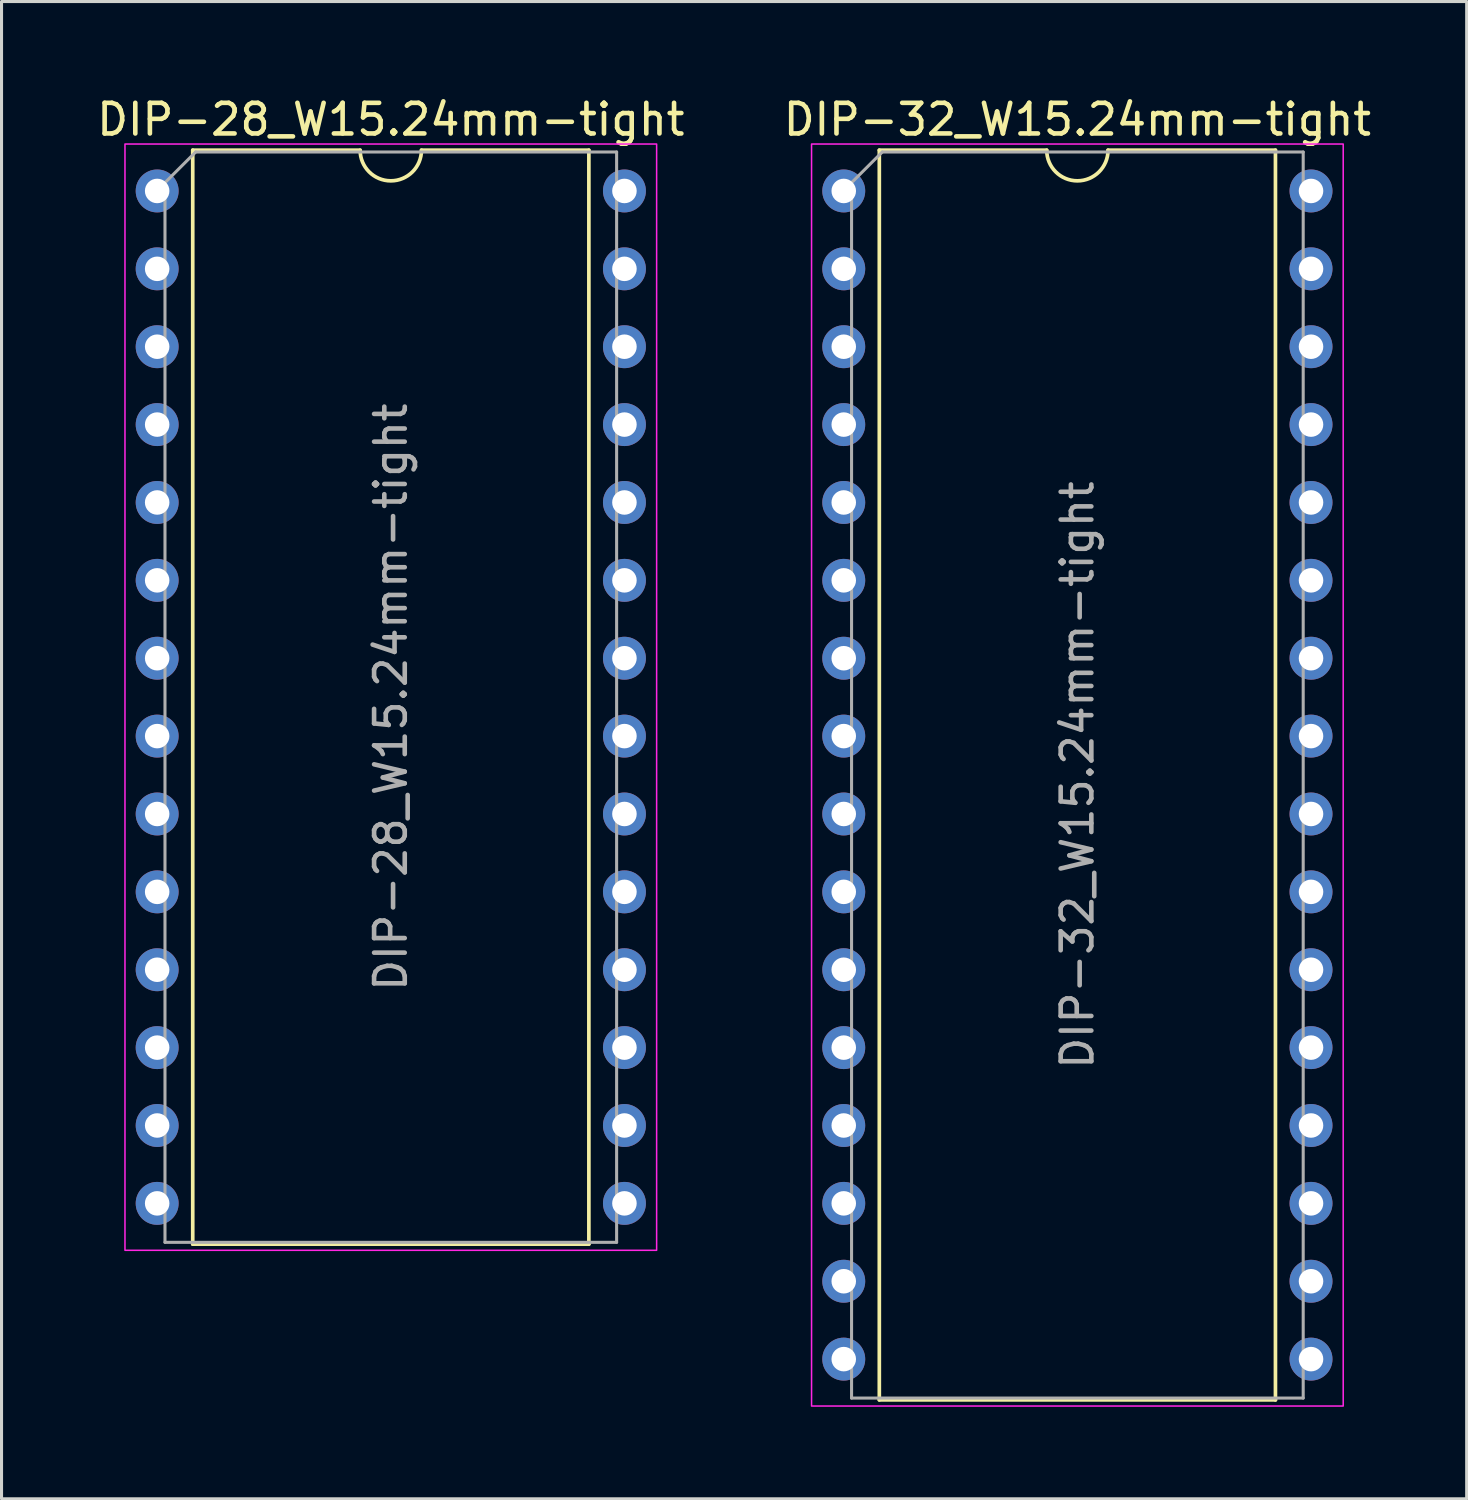
<source format=kicad_pcb>
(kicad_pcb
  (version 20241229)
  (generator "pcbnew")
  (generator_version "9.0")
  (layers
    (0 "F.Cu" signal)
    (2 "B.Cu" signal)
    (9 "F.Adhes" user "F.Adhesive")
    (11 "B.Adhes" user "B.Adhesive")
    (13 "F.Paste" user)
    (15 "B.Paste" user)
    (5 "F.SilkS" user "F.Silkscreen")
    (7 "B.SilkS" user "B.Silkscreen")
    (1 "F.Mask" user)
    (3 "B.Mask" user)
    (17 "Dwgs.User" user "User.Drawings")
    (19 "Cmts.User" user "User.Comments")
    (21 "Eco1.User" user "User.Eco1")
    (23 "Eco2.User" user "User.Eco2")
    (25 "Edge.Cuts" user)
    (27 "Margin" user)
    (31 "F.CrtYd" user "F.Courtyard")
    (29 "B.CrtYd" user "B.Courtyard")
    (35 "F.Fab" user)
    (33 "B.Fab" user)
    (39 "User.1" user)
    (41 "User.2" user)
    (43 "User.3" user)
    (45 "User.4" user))
  (footprint "DIP-32_W15.24mm-tight"
    (layer "F.Cu")
    (at 24.469 3.178)
    (property "Reference" "DIP-32_W15.24mm-tight" (at 7.62 -2.33 0) (layer "F.SilkS") (effects (font (size 1 1) (thickness 0.15))))
    (attr through_hole)
    (fp_line (start 1.16 -1.33) (end 1.16 39.43) (stroke (width 0.12) (type solid)) (layer "F.SilkS"))
    (fp_line (start 1.16 39.43) (end 14.08 39.43) (stroke (width 0.12) (type solid)) (layer "F.SilkS"))
    (fp_line (start 6.62 -1.33) (end 1.16 -1.33) (stroke (width 0.12) (type solid)) (layer "F.SilkS"))
    (fp_line (start 14.08 -1.33) (end 8.62 -1.33) (stroke (width 0.12) (type solid)) (layer "F.SilkS"))
    (fp_line (start 14.08 39.43) (end 14.08 -1.33) (stroke (width 0.12) (type solid)) (layer "F.SilkS"))
    (fp_arc (start 8.62 -1.33) (mid 7.62 -0.33) (end 6.62 -1.33) (stroke (width 0.12) (type solid)) (layer "F.SilkS"))
    (fp_rect (start -1.05 -1.53) (end 16.29 39.63) (stroke (width 0.05) (type solid)) (fill no) (layer "F.CrtYd"))
    (fp_line (start 0.255 -0.27) (end 1.255 -1.27) (stroke (width 0.1) (type solid)) (layer "F.Fab"))
    (fp_line (start 0.255 39.37) (end 0.255 -0.27) (stroke (width 0.1) (type solid)) (layer "F.Fab"))
    (fp_line (start 1.255 -1.27) (end 14.985 -1.27) (stroke (width 0.1) (type solid)) (layer "F.Fab"))
    (fp_line (start 14.985 -1.27) (end 14.985 39.37) (stroke (width 0.1) (type solid)) (layer "F.Fab"))
    (fp_line (start 14.985 39.37) (end 0.255 39.37) (stroke (width 0.1) (type solid)) (layer "F.Fab"))
    (fp_text user "${REFERENCE}" (at 7.62 19.05 90) (layer "F.Fab") (effects (font (size 1 1) (thickness 0.15))))
    (pad "1" thru_hole circle (at 0 0) (size 1.4 1.4) (drill 0.8) (layers "*.Cu" "*.Mask"))
    (pad "2" thru_hole circle (at 0 2.54) (size 1.4 1.4) (drill 0.8) (layers "*.Cu" "*.Mask"))
    (pad "3" thru_hole circle (at 0 5.08) (size 1.4 1.4) (drill 0.8) (layers "*.Cu" "*.Mask"))
    (pad "4" thru_hole circle (at 0 7.62) (size 1.4 1.4) (drill 0.8) (layers "*.Cu" "*.Mask"))
    (pad "5" thru_hole circle (at 0 10.16) (size 1.4 1.4) (drill 0.8) (layers "*.Cu" "*.Mask"))
    (pad "6" thru_hole circle (at 0 12.7) (size 1.4 1.4) (drill 0.8) (layers "*.Cu" "*.Mask"))
    (pad "7" thru_hole circle (at 0 15.24) (size 1.4 1.4) (drill 0.8) (layers "*.Cu" "*.Mask"))
    (pad "8" thru_hole circle (at 0 17.78) (size 1.4 1.4) (drill 0.8) (layers "*.Cu" "*.Mask"))
    (pad "9" thru_hole circle (at 0 20.32) (size 1.4 1.4) (drill 0.8) (layers "*.Cu" "*.Mask"))
    (pad "10" thru_hole circle (at 0 22.86) (size 1.4 1.4) (drill 0.8) (layers "*.Cu" "*.Mask"))
    (pad "11" thru_hole circle (at 0 25.4) (size 1.4 1.4) (drill 0.8) (layers "*.Cu" "*.Mask"))
    (pad "12" thru_hole circle (at 0 27.94) (size 1.4 1.4) (drill 0.8) (layers "*.Cu" "*.Mask"))
    (pad "13" thru_hole circle (at 0 30.48) (size 1.4 1.4) (drill 0.8) (layers "*.Cu" "*.Mask"))
    (pad "14" thru_hole circle (at 0 33.02) (size 1.4 1.4) (drill 0.8) (layers "*.Cu" "*.Mask"))
    (pad "15" thru_hole circle (at 0 35.56) (size 1.4 1.4) (drill 0.8) (layers "*.Cu" "*.Mask"))
    (pad "16" thru_hole circle (at 0 38.1) (size 1.4 1.4) (drill 0.8) (layers "*.Cu" "*.Mask"))
    (pad "17" thru_hole circle (at 15.24 38.1) (size 1.4 1.4) (drill 0.8) (layers "*.Cu" "*.Mask"))
    (pad "18" thru_hole circle (at 15.24 35.56) (size 1.4 1.4) (drill 0.8) (layers "*.Cu" "*.Mask"))
    (pad "19" thru_hole circle (at 15.24 33.02) (size 1.4 1.4) (drill 0.8) (layers "*.Cu" "*.Mask"))
    (pad "20" thru_hole circle (at 15.24 30.48) (size 1.4 1.4) (drill 0.8) (layers "*.Cu" "*.Mask"))
    (pad "21" thru_hole circle (at 15.24 27.94) (size 1.4 1.4) (drill 0.8) (layers "*.Cu" "*.Mask"))
    (pad "22" thru_hole circle (at 15.24 25.4) (size 1.4 1.4) (drill 0.8) (layers "*.Cu" "*.Mask"))
    (pad "23" thru_hole circle (at 15.24 22.86) (size 1.4 1.4) (drill 0.8) (layers "*.Cu" "*.Mask"))
    (pad "24" thru_hole circle (at 15.24 20.32) (size 1.4 1.4) (drill 0.8) (layers "*.Cu" "*.Mask"))
    (pad "25" thru_hole circle (at 15.24 17.78) (size 1.4 1.4) (drill 0.8) (layers "*.Cu" "*.Mask"))
    (pad "26" thru_hole circle (at 15.24 15.24) (size 1.4 1.4) (drill 0.8) (layers "*.Cu" "*.Mask"))
    (pad "27" thru_hole circle (at 15.24 12.7) (size 1.4 1.4) (drill 0.8) (layers "*.Cu" "*.Mask"))
    (pad "28" thru_hole circle (at 15.24 10.16) (size 1.4 1.4) (drill 0.8) (layers "*.Cu" "*.Mask"))
    (pad "29" thru_hole circle (at 15.24 7.62) (size 1.4 1.4) (drill 0.8) (layers "*.Cu" "*.Mask"))
    (pad "30" thru_hole circle (at 15.24 5.08) (size 1.4 1.4) (drill 0.8) (layers "*.Cu" "*.Mask"))
    (pad "31" thru_hole circle (at 15.24 2.54) (size 1.4 1.4) (drill 0.8) (layers "*.Cu" "*.Mask"))
    (pad "32" thru_hole circle (at 15.24 0) (size 1.4 1.4) (drill 0.8) (layers "*.Cu" "*.Mask")))
  (footprint "DIP-28_W15.24mm-tight"
    (layer "F.Cu")
    (at 2.076 3.178)
    (property "Reference" "DIP-28_W15.24mm-tight" (at 7.62 -2.33 0) (layer "F.SilkS") (effects (font (size 1 1) (thickness 0.15))))
    (attr through_hole)
    (fp_line (start 1.16 -1.33) (end 1.16 34.35) (stroke (width 0.12) (type solid)) (layer "F.SilkS"))
    (fp_line (start 1.16 34.35) (end 14.08 34.35) (stroke (width 0.12) (type solid)) (layer "F.SilkS"))
    (fp_line (start 6.62 -1.33) (end 1.16 -1.33) (stroke (width 0.12) (type solid)) (layer "F.SilkS"))
    (fp_line (start 14.08 -1.33) (end 8.62 -1.33) (stroke (width 0.12) (type solid)) (layer "F.SilkS"))
    (fp_line (start 14.08 34.35) (end 14.08 -1.33) (stroke (width 0.12) (type solid)) (layer "F.SilkS"))
    (fp_arc (start 8.62 -1.33) (mid 7.62 -0.33) (end 6.62 -1.33) (stroke (width 0.12) (type solid)) (layer "F.SilkS"))
    (fp_rect (start -1.05 -1.53) (end 16.29 34.55) (stroke (width 0.05) (type solid)) (fill no) (layer "F.CrtYd"))
    (fp_line (start 0.255 -0.27) (end 1.255 -1.27) (stroke (width 0.1) (type solid)) (layer "F.Fab"))
    (fp_line (start 0.255 34.29) (end 0.255 -0.27) (stroke (width 0.1) (type solid)) (layer "F.Fab"))
    (fp_line (start 1.255 -1.27) (end 14.985 -1.27) (stroke (width 0.1) (type solid)) (layer "F.Fab"))
    (fp_line (start 14.985 -1.27) (end 14.985 34.29) (stroke (width 0.1) (type solid)) (layer "F.Fab"))
    (fp_line (start 14.985 34.29) (end 0.255 34.29) (stroke (width 0.1) (type solid)) (layer "F.Fab"))
    (fp_text user "${REFERENCE}" (at 7.62 16.51 90) (layer "F.Fab") (effects (font (size 1 1) (thickness 0.15))))
    (pad "1" thru_hole circle (at 0 0) (size 1.4 1.4) (drill 0.8) (layers "*.Cu" "*.Mask"))
    (pad "2" thru_hole circle (at 0 2.54) (size 1.4 1.4) (drill 0.8) (layers "*.Cu" "*.Mask"))
    (pad "3" thru_hole circle (at 0 5.08) (size 1.4 1.4) (drill 0.8) (layers "*.Cu" "*.Mask"))
    (pad "4" thru_hole circle (at 0 7.62) (size 1.4 1.4) (drill 0.8) (layers "*.Cu" "*.Mask"))
    (pad "5" thru_hole circle (at 0 10.16) (size 1.4 1.4) (drill 0.8) (layers "*.Cu" "*.Mask"))
    (pad "6" thru_hole circle (at 0 12.7) (size 1.4 1.4) (drill 0.8) (layers "*.Cu" "*.Mask"))
    (pad "7" thru_hole circle (at 0 15.24) (size 1.4 1.4) (drill 0.8) (layers "*.Cu" "*.Mask"))
    (pad "8" thru_hole circle (at 0 17.78) (size 1.4 1.4) (drill 0.8) (layers "*.Cu" "*.Mask"))
    (pad "9" thru_hole circle (at 0 20.32) (size 1.4 1.4) (drill 0.8) (layers "*.Cu" "*.Mask"))
    (pad "10" thru_hole circle (at 0 22.86) (size 1.4 1.4) (drill 0.8) (layers "*.Cu" "*.Mask"))
    (pad "11" thru_hole circle (at 0 25.4) (size 1.4 1.4) (drill 0.8) (layers "*.Cu" "*.Mask"))
    (pad "12" thru_hole circle (at 0 27.94) (size 1.4 1.4) (drill 0.8) (layers "*.Cu" "*.Mask"))
    (pad "13" thru_hole circle (at 0 30.48) (size 1.4 1.4) (drill 0.8) (layers "*.Cu" "*.Mask"))
    (pad "14" thru_hole circle (at 0 33.02) (size 1.4 1.4) (drill 0.8) (layers "*.Cu" "*.Mask"))
    (pad "15" thru_hole circle (at 15.24 33.02) (size 1.4 1.4) (drill 0.8) (layers "*.Cu" "*.Mask"))
    (pad "16" thru_hole circle (at 15.24 30.48) (size 1.4 1.4) (drill 0.8) (layers "*.Cu" "*.Mask"))
    (pad "17" thru_hole circle (at 15.24 27.94) (size 1.4 1.4) (drill 0.8) (layers "*.Cu" "*.Mask"))
    (pad "18" thru_hole circle (at 15.24 25.4) (size 1.4 1.4) (drill 0.8) (layers "*.Cu" "*.Mask"))
    (pad "19" thru_hole circle (at 15.24 22.86) (size 1.4 1.4) (drill 0.8) (layers "*.Cu" "*.Mask"))
    (pad "20" thru_hole circle (at 15.24 20.32) (size 1.4 1.4) (drill 0.8) (layers "*.Cu" "*.Mask"))
    (pad "21" thru_hole circle (at 15.24 17.78) (size 1.4 1.4) (drill 0.8) (layers "*.Cu" "*.Mask"))
    (pad "22" thru_hole circle (at 15.24 15.24) (size 1.4 1.4) (drill 0.8) (layers "*.Cu" "*.Mask"))
    (pad "23" thru_hole circle (at 15.24 12.7) (size 1.4 1.4) (drill 0.8) (layers "*.Cu" "*.Mask"))
    (pad "24" thru_hole circle (at 15.24 10.16) (size 1.4 1.4) (drill 0.8) (layers "*.Cu" "*.Mask"))
    (pad "25" thru_hole circle (at 15.24 7.62) (size 1.4 1.4) (drill 0.8) (layers "*.Cu" "*.Mask"))
    (pad "26" thru_hole circle (at 15.24 5.08) (size 1.4 1.4) (drill 0.8) (layers "*.Cu" "*.Mask"))
    (pad "27" thru_hole circle (at 15.24 2.54) (size 1.4 1.4) (drill 0.8) (layers "*.Cu" "*.Mask"))
    (pad "28" thru_hole circle (at 15.24 0) (size 1.4 1.4) (drill 0.8) (layers "*.Cu" "*.Mask")))
  (gr_rect
    (start -3 -3)
    (end 44.786 45.833)
    (stroke (width 0.1) (type default))
    (fill no)
    (layer "Edge.Cuts")))
</source>
